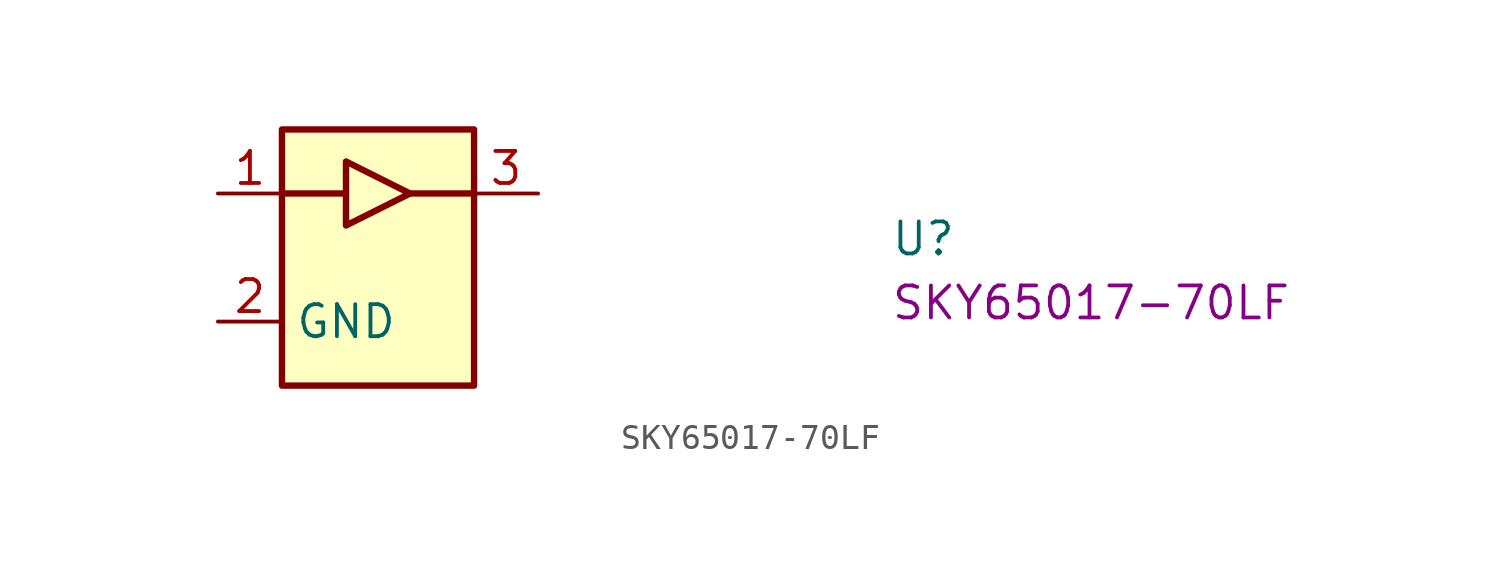
<source format=kicad_sym>
(kicad_symbol_lib
  (version 20220914)
  (generator kicad_symbol_editor)
  (symbol "SKY65017-70LF"
    (property "Reference" "U"
      (at 26.67 -2.54 0)
      (effects (font (size 1.27 1.27) (thickness 0.15)) (justify left bottom)))
    (property "MPN" "SKY65017-70LF"
      (at 26.67 -5.08 0)
      (effects (font (size 1.27 1.27) (thickness 0.15)) (justify left bottom)))
    (symbol "SKY65017-70LF_1_1"
      (polyline (pts (xy 5.08 0) (xy 2.54 0)) (stroke (width 0.254) (type default)) (fill (type background)))
      (polyline (pts (xy 7.62 0) (xy 10.16 0)) (stroke (width 0.254) (type default)) (fill (type background)))
      (polyline (pts (xy 5.08 1.27) (xy 5.08 -1.27) (xy 7.62 0) (xy 5.08 1.27)) (stroke (width 0.254) (type default)) (fill (type background)))
      (rectangle (start 2.54 2.54) (end 10.16 -7.62) (stroke (width 0.254) (type default)) (fill (type background)))
      (pin input line (at 0 0 0) (length 2.54) (name "~" (effects (font (size 1.27 1.27)))) (number "1" (effects (font (size 1.27 1.27)))))
      (pin power_in line (at 0 -5.08 0) (length 2.54) (name "GND" (effects (font (size 1.27 1.27)))) (number "2" (effects (font (size 1.27 1.27)))))
      (pin output line (at 12.7 0 180) (length 2.54) (name "~" (effects (font (size 1.27 1.27)))) (number "3" (effects (font (size 1.27 1.27))))))))
</source>
